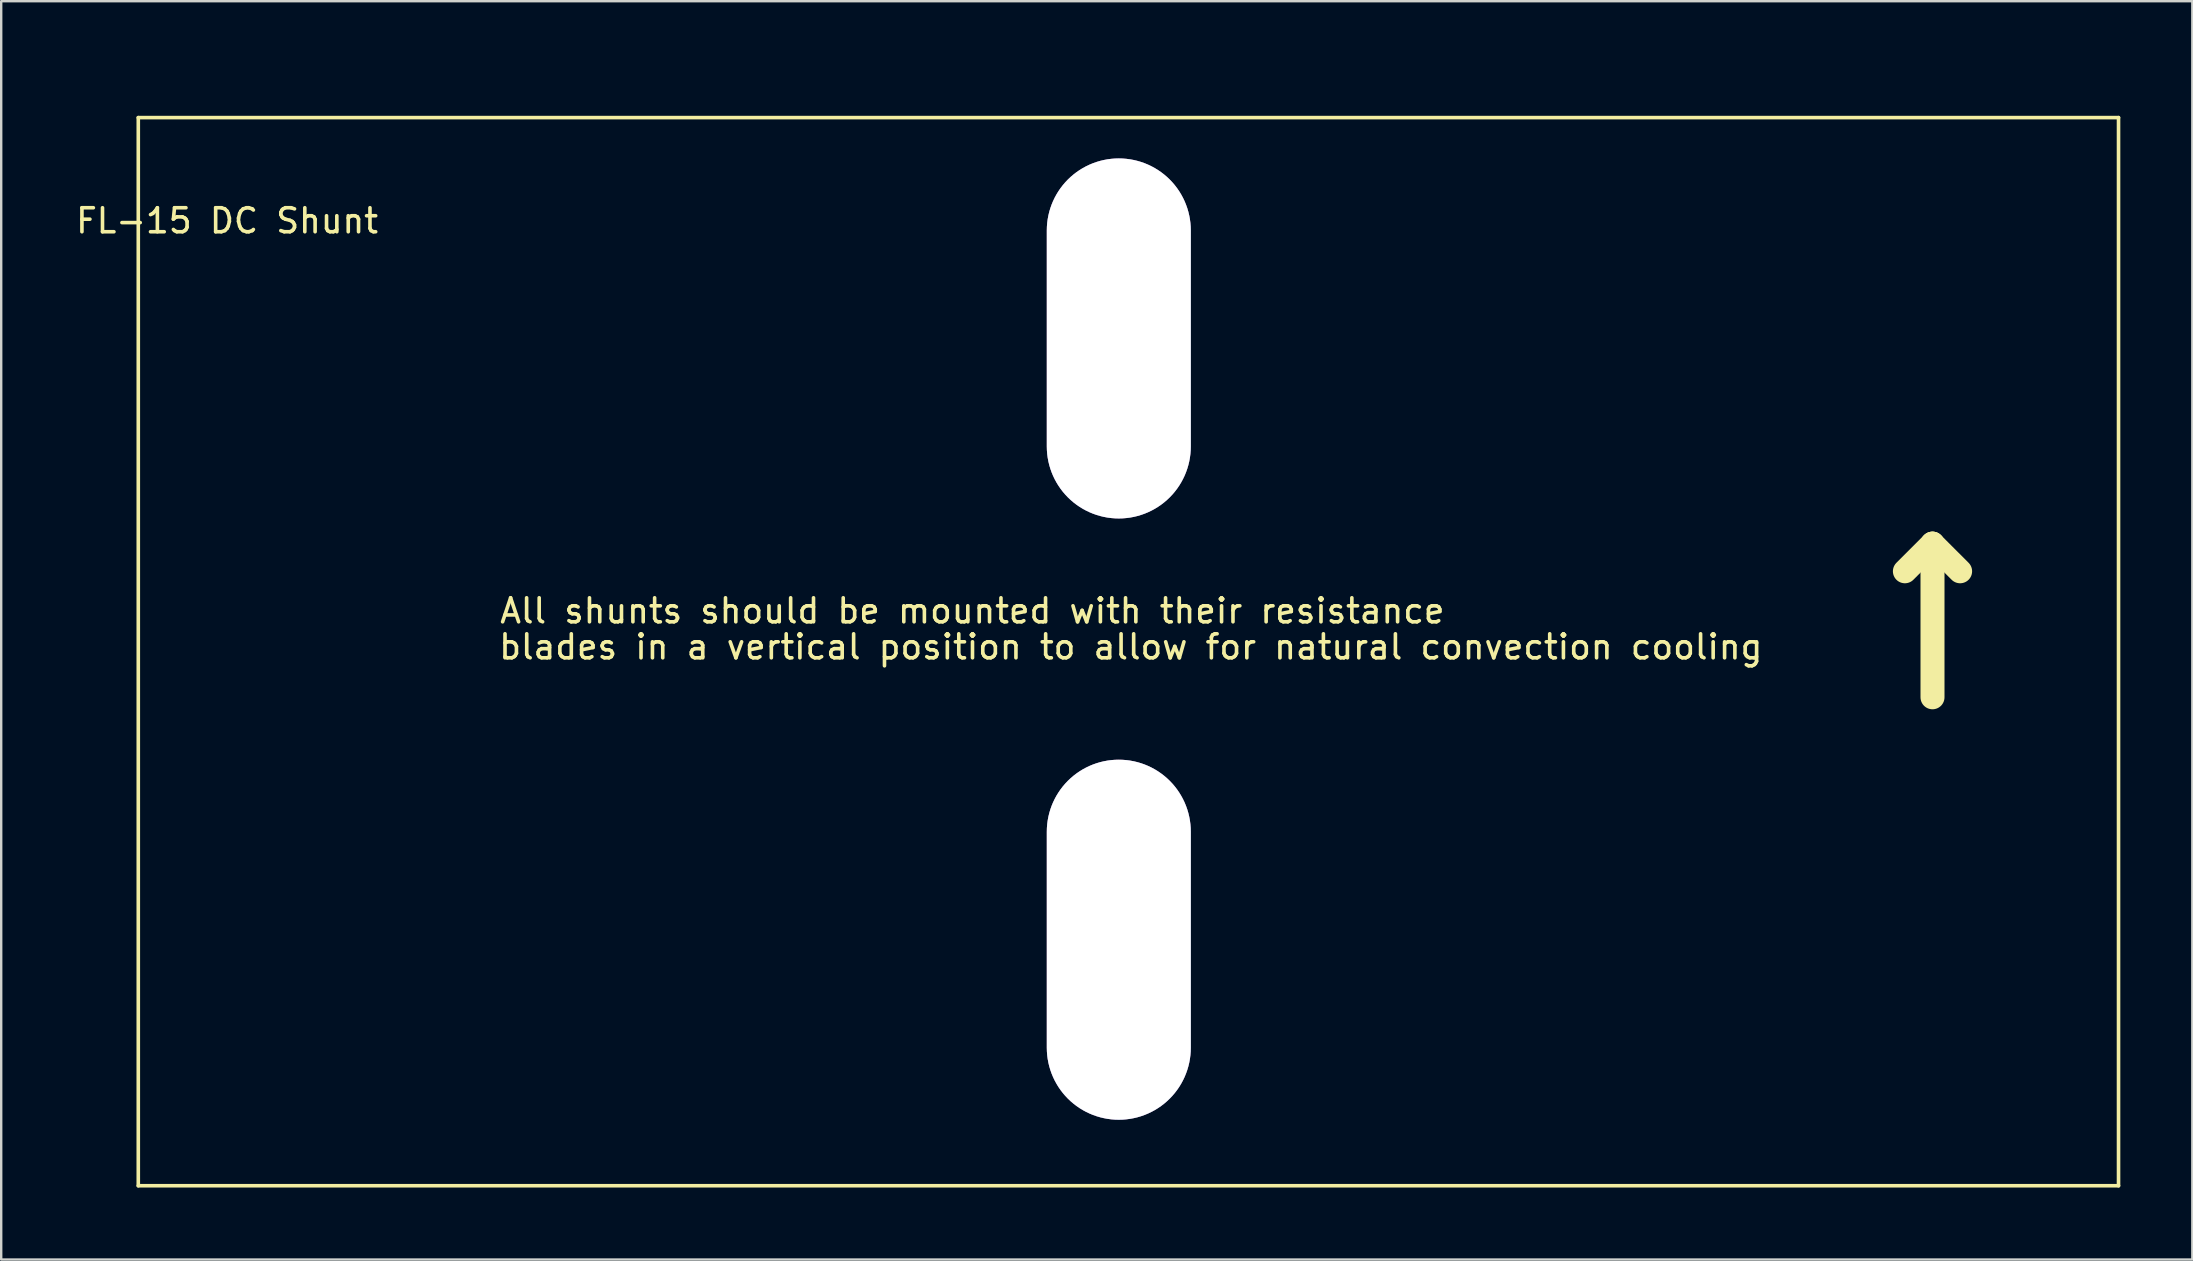
<source format=kicad_pcb>
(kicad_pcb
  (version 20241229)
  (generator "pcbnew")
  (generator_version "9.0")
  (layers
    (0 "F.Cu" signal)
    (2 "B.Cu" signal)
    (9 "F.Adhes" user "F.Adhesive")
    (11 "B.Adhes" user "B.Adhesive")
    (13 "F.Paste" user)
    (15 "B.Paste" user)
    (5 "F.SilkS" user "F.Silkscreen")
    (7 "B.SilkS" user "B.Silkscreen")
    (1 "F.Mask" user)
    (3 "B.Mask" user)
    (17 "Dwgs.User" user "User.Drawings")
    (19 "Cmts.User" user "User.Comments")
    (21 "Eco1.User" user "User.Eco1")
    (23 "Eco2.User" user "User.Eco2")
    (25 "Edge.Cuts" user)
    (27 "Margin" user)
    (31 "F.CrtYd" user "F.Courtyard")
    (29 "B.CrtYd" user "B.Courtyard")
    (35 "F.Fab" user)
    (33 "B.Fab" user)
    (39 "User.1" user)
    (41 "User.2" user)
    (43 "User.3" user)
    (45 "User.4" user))
  (footprint "FL-15 DC Shunt"
    (layer "F.Cu")
    (at 8.211 0.25)
    (property "Reference" "FL-15 DC Shunt" (at -1.8 5.9 0) (layer "F.SilkS") (effects (font (size 1 1) (thickness 0.15))))
    (attr through_hole)
    (fp_line (start -5.5 1.6) (end 77 1.6) (stroke (width 0.15) (type solid)) (layer "F.SilkS"))
    (fp_line (start -5.5 46.1) (end -5.5 1.6) (stroke (width 0.15) (type solid)) (layer "F.SilkS"))
    (fp_line (start 69.25 19.35) (end 68.1 20.5) (stroke (width 1) (type solid)) (layer "F.SilkS"))
    (fp_line (start 69.25 19.35) (end 69.25 25.75) (stroke (width 1) (type solid)) (layer "F.SilkS"))
    (fp_line (start 69.25 19.35) (end 70.4 20.5) (stroke (width 1) (type solid)) (layer "F.SilkS"))
    (fp_line (start 77 1.6) (end 77 46.1) (stroke (width 0.15) (type solid)) (layer "F.SilkS"))
    (fp_line (start 77 46.1) (end -5.5 46.1) (stroke (width 0.15) (type solid)) (layer "F.SilkS"))
    (fp_text user "All shunts should be mounted with their resistance" (at 29.25 22.15 0) (layer "F.SilkS") (effects (font (size 1 1) (thickness 0.15))))
    (fp_text user "blades in a vertical position to allow for natural convection cooling" (at 35.85 23.65 0) (layer "F.SilkS") (effects (font (size 1 1) (thickness 0.15))))
    (pad "bolt" thru_hole oval (at 35.35 10.8) (size 6 15) (drill oval 6 15) (layers "*.Cu" "*.Mask"))
    (pad "bolt" thru_hole oval (at 35.35 35.85) (size 6 15) (drill oval 6 15) (layers "*.Cu" "*.Mask")))
  (gr_rect
    (start -3 -3)
    (end 88.286 49.425)
    (stroke (width 0.1) (type default))
    (fill no)
    (layer "Edge.Cuts")))
</source>
